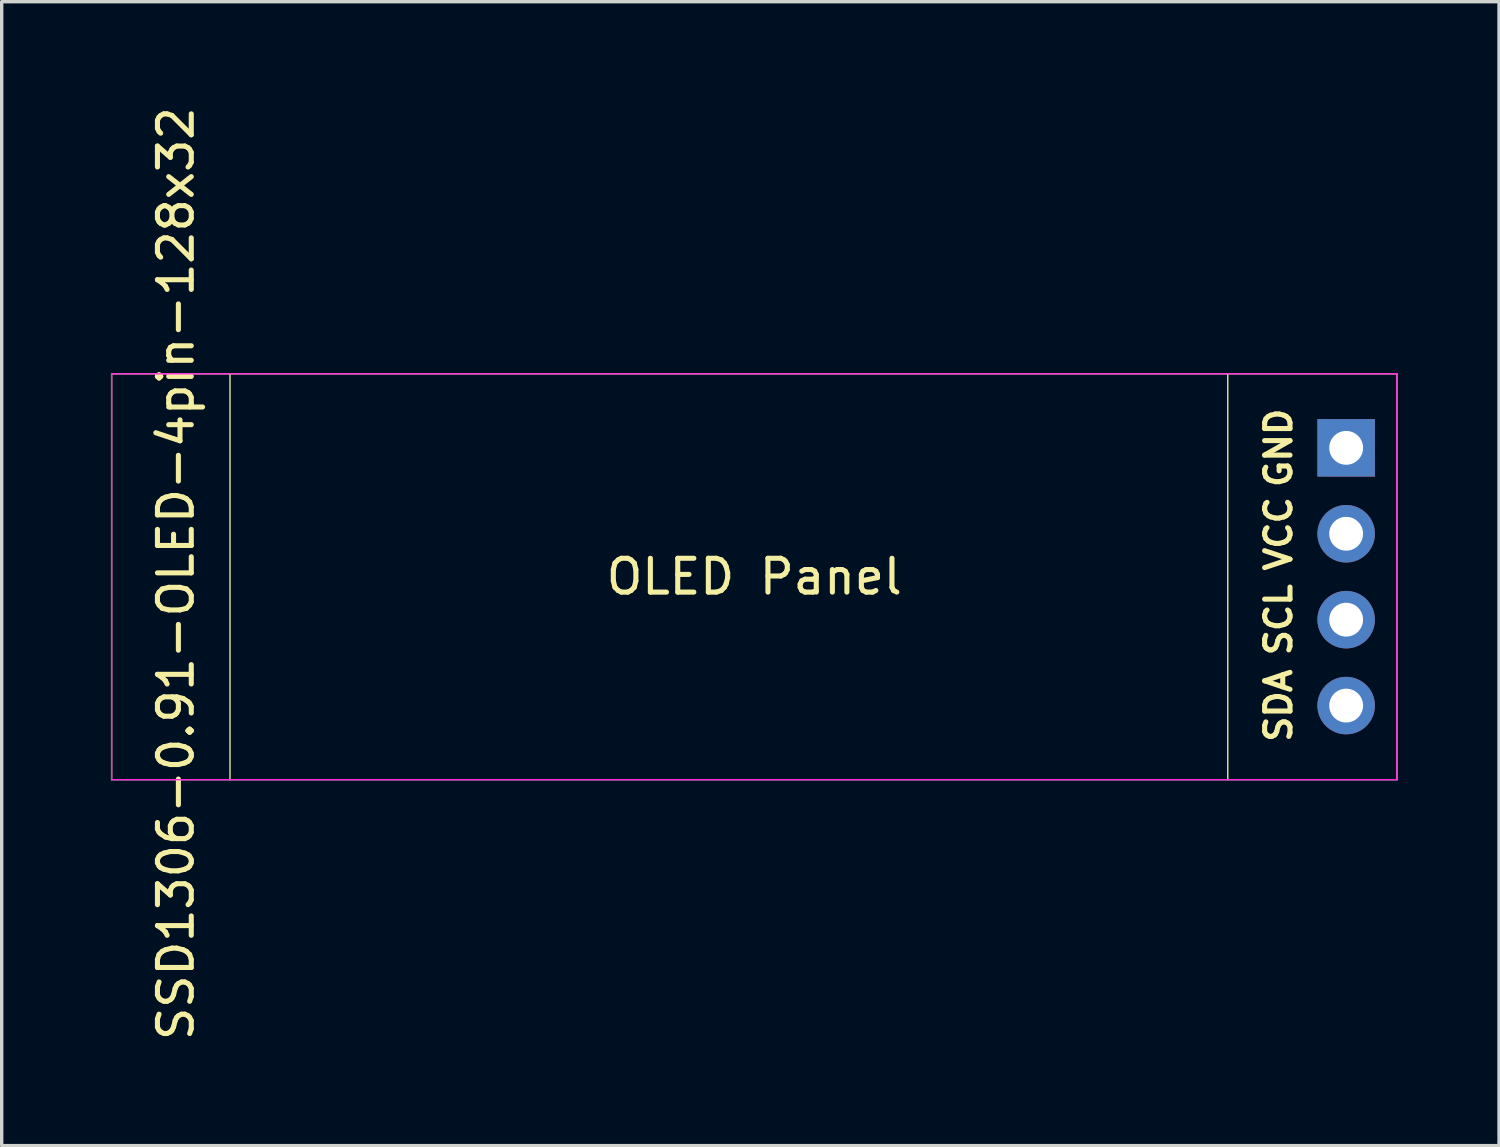
<source format=kicad_pcb>
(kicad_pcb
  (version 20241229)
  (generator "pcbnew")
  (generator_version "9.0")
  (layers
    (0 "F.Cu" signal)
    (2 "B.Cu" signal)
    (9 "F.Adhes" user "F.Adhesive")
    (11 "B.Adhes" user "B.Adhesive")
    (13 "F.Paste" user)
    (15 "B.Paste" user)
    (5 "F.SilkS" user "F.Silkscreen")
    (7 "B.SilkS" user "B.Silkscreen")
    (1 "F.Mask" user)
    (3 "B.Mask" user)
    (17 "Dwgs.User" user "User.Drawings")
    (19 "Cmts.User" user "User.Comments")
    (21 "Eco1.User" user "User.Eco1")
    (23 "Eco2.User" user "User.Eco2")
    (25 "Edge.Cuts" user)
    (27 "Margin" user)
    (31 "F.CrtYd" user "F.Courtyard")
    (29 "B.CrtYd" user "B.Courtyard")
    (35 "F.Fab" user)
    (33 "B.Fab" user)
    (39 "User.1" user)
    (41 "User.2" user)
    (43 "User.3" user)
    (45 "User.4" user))
  (footprint "SSD1306-0.91-OLED-4pin-128x32"
    (layer "F.Cu")
    (at 0.25 8.001)
    (property "Reference" "SSD1306-0.91-OLED-4pin-128x32" (at 1.9 5.91 90) (layer "F.SilkS") (effects (font (size 1 1) (thickness 0.15))))
    (attr through_hole)
    (fp_line (start 0 0) (end 0 12) (stroke (width 0.04) (type solid)) (layer "F.SilkS"))
    (fp_line (start 0 12) (end 38 12) (stroke (width 0.04) (type solid)) (layer "F.SilkS"))
    (fp_line (start 3.5 0) (end 3.5 12) (stroke (width 0.04) (type solid)) (layer "F.SilkS"))
    (fp_line (start 33 0) (end 33 12) (stroke (width 0.04) (type solid)) (layer "F.SilkS"))
    (fp_line (start 38 0) (end 0 0) (stroke (width 0.04) (type solid)) (layer "F.SilkS"))
    (fp_line (start 38 12) (end 38 0) (stroke (width 0.04) (type solid)) (layer "F.SilkS"))
    (fp_line (start 0 0) (end 0 12) (stroke (width 0.04) (type solid)) (layer "F.CrtYd"))
    (fp_line (start 0 12) (end 38 12) (stroke (width 0.04) (type solid)) (layer "F.CrtYd"))
    (fp_line (start 38 0) (end 0 0) (stroke (width 0.04) (type solid)) (layer "F.CrtYd"))
    (fp_line (start 38 12) (end 38 0) (stroke (width 0.04) (type solid)) (layer "F.CrtYd"))
    (fp_text user "OLED Panel" (at 19 6 0) (layer "F.SilkS") (effects (font (size 1 1) (thickness 0.15))))
    (fp_text user "GND" (at 34.5 2.19 270) (layer "F.SilkS") (effects (font (size 0.75 0.75) (thickness 0.15))))
    (fp_text user "SCL" (at 34.5 7.27 270) (layer "F.SilkS") (effects (font (size 0.75 0.75) (thickness 0.15))))
    (fp_text user "SDA" (at 34.5 9.81 270) (layer "F.SilkS") (effects (font (size 0.75 0.75) (thickness 0.15))))
    (fp_text user "VCC" (at 34.5 4.73 270) (layer "F.SilkS") (effects (font (size 0.75 0.75) (thickness 0.15))))
    (pad "1" thru_hole rect (at 36.5 2.19) (size 1.7 1.7) (drill 1) (layers "*.Cu" "*.Mask"))
    (pad "2" thru_hole oval (at 36.5 4.73) (size 1.7 1.7) (drill 1) (layers "*.Cu" "*.Mask"))
    (pad "3" thru_hole oval (at 36.5 7.27) (size 1.7 1.7) (drill 1) (layers "*.Cu" "*.Mask"))
    (pad "4" thru_hole oval (at 36.5 9.81) (size 1.7 1.7) (drill 1) (layers "*.Cu" "*.Mask")))
  (gr_rect
    (start -3 -3)
    (end 41.27 30.821)
    (stroke (width 0.1) (type default))
    (fill no)
    (layer "Edge.Cuts")))
</source>
